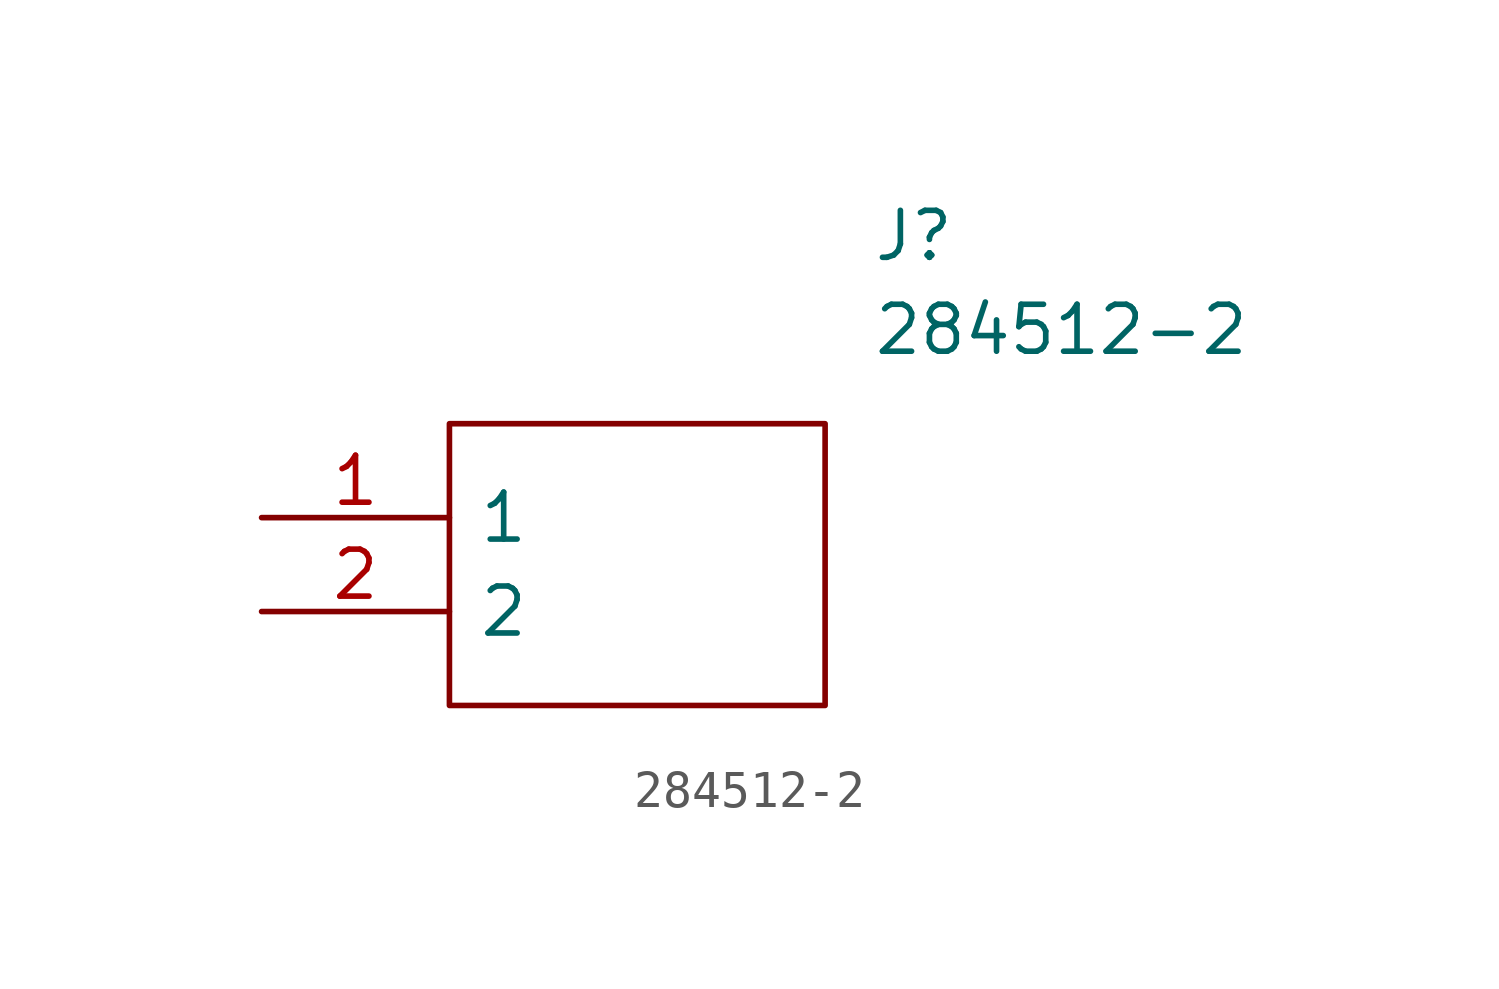
<source format=kicad_sym>
(kicad_symbol_lib
  (version 20211014)
  (generator kicad_symbol_editor)
  (symbol "284512-2"
    (pin_names
      (offset 0.762))
    (property "Reference" "J"
      (at 16.51 7.62 0)
      (effects (font (size 1.27 1.27)) (justify left)))
    (property "Value" "284512-2"
      (at 16.51 5.08 0)
      (effects (font (size 1.27 1.27)) (justify left)))
    (symbol "284512-2_0_0"
      (pin passive line (at 0 0 0) (length 5.08) (name "1" (effects (font (size 1.27 1.27)))) (number "1" (effects (font (size 1.27 1.27)))))
      (pin passive line (at 0 -2.54 0) (length 5.08) (name "2" (effects (font (size 1.27 1.27)))) (number "2" (effects (font (size 1.27 1.27))))))
    (symbol "284512-2_0_1"
      (polyline (pts (xy 5.08 2.54) (xy 15.24 2.54) (xy 15.24 -5.08) (xy 5.08 -5.08) (xy 5.08 2.54)) (stroke (width 0.152) (type default) (color 0 0 0 0)) (fill (type none))))))
</source>
